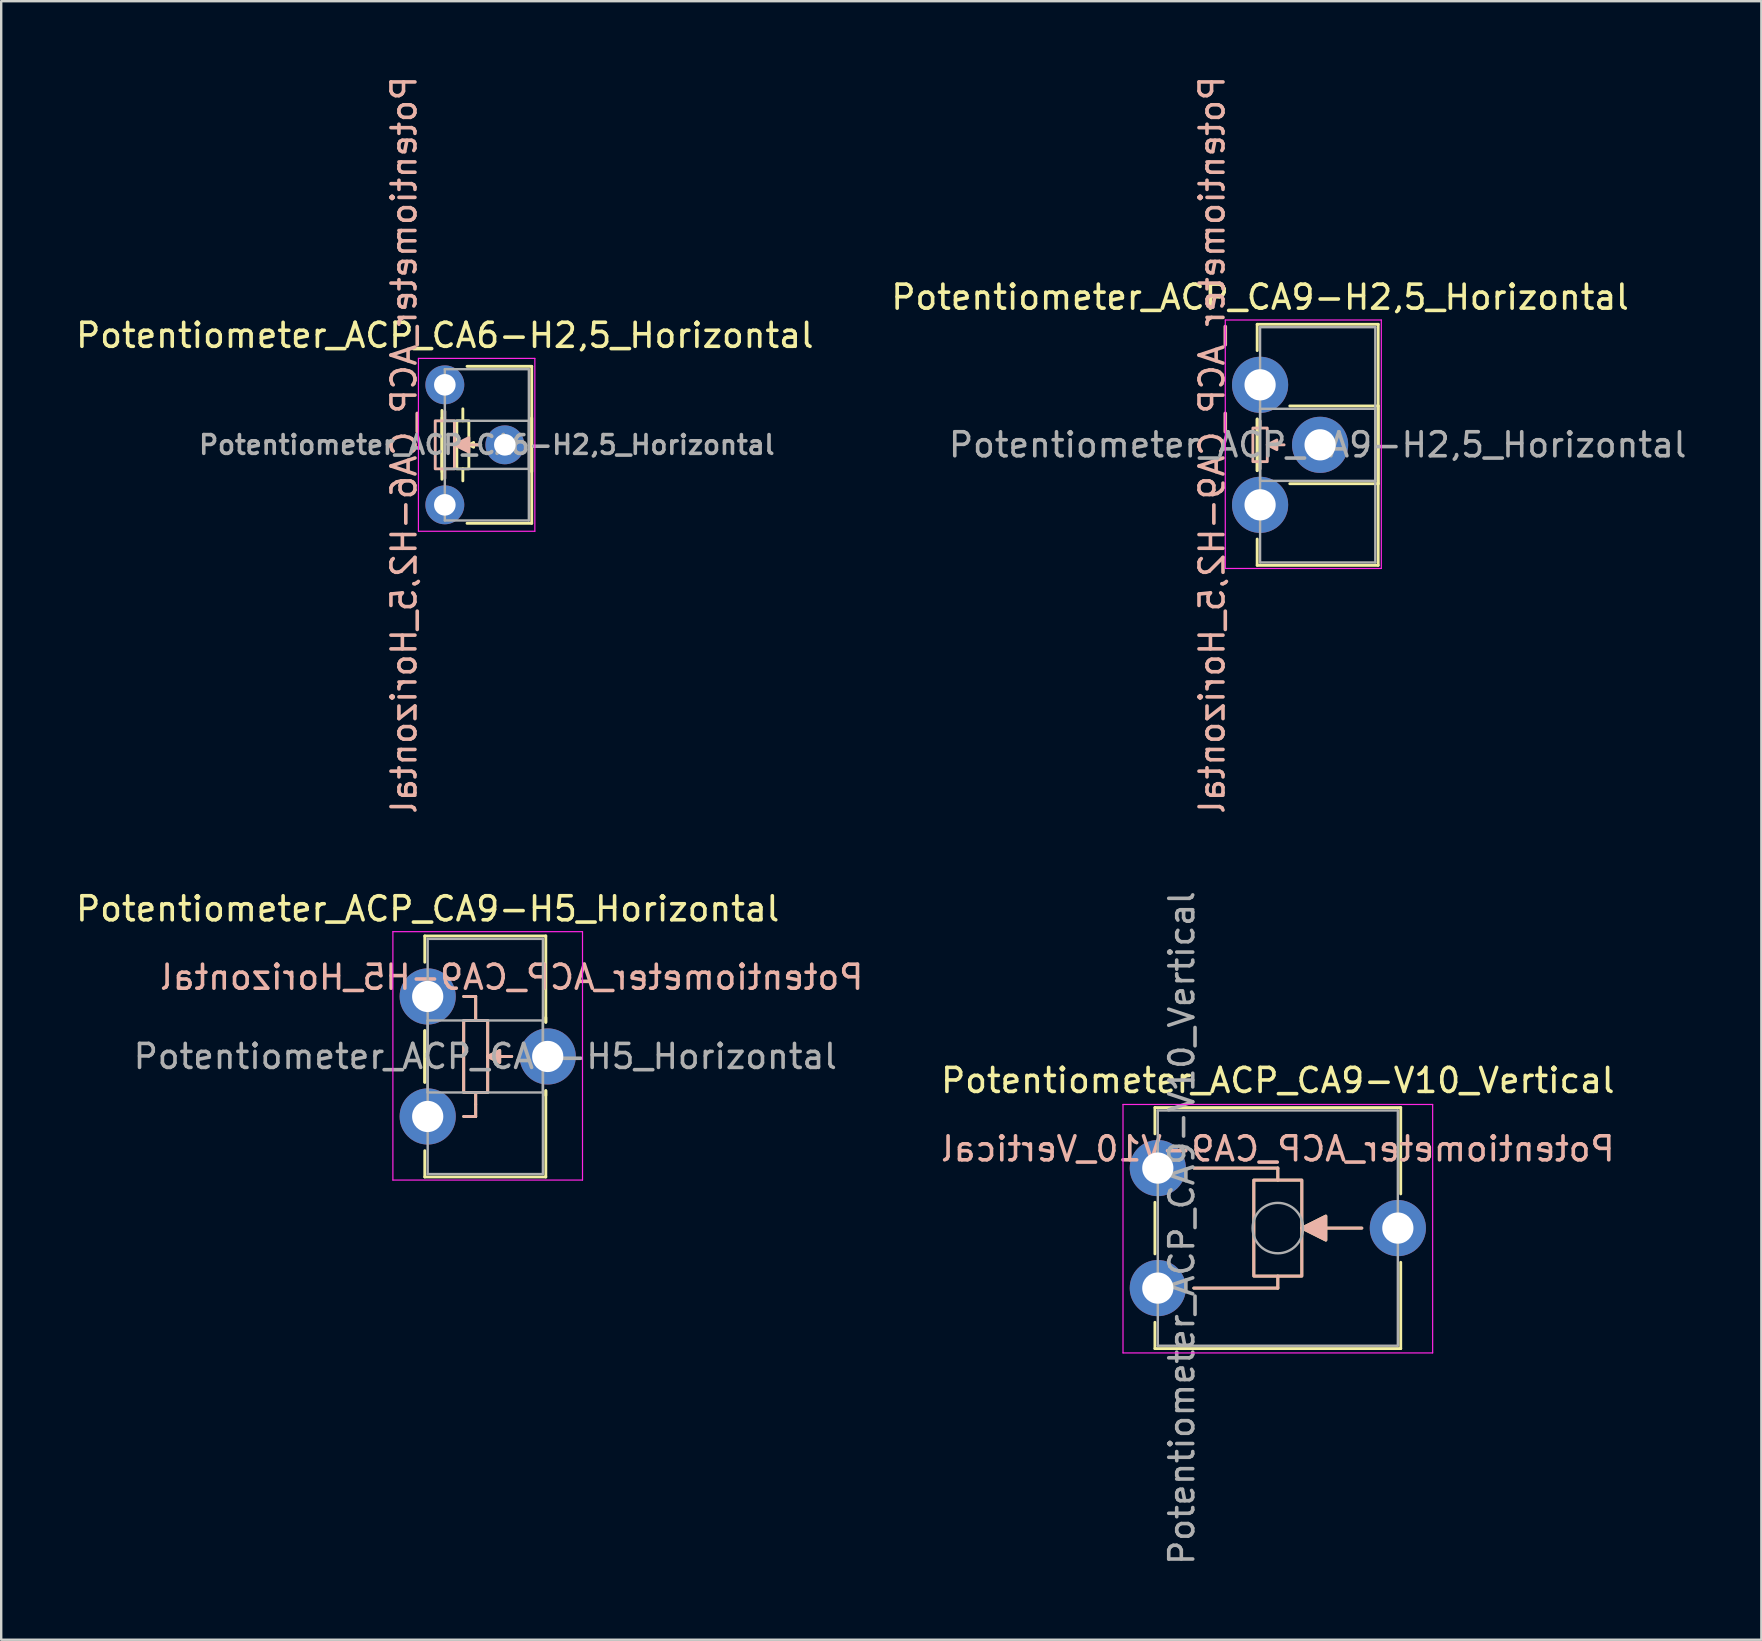
<source format=kicad_pcb>
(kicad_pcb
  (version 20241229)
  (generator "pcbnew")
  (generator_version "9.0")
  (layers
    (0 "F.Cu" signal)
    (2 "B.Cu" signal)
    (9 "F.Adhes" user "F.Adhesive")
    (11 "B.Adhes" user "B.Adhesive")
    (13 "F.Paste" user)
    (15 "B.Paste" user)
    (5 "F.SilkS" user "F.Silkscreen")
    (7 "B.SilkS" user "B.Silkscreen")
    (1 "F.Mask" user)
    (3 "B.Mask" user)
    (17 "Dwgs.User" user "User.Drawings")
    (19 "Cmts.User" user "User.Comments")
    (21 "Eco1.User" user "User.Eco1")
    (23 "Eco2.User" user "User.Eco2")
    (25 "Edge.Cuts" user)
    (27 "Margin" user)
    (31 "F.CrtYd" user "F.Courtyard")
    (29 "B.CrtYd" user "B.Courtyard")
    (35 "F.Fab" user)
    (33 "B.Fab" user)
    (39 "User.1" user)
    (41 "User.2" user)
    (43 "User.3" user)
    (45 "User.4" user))
  (footprint "Potentiometer_ACP_CA9-V10_Vertical"
    (layer "F.Cu")
    (at 45.185 50.613)
    (property "Reference" "Potentiometer_ACP_CA9-V10_Vertical" (at 5 -8.65 0) (layer "F.SilkS") (effects (font (size 1 1) (thickness 0.15))))
    (attr through_hole)
    (fp_line (start -0.12 -7.521) (end -0.12 -6.426) (stroke (width 0.12) (type solid)) (layer "F.SilkS"))
    (fp_line (start -0.12 -7.521) (end 10.12 -7.521) (stroke (width 0.12) (type solid)) (layer "F.SilkS"))
    (fp_line (start -0.12 -3.574) (end -0.12 -1.425) (stroke (width 0.12) (type solid)) (layer "F.SilkS"))
    (fp_line (start -0.12 1.425) (end -0.12 2.52) (stroke (width 0.12) (type solid)) (layer "F.SilkS"))
    (fp_line (start -0.12 2.52) (end 10.12 2.52) (stroke (width 0.12) (type solid)) (layer "F.SilkS"))
    (fp_line (start 1.5 -5) (end 5 -5) (stroke (width 0.12) (type solid)) (layer "F.SilkS"))
    (fp_line (start 5 -5) (end 5 -4.5) (stroke (width 0.12) (type solid)) (layer "F.SilkS"))
    (fp_line (start 5 -0.5) (end 5 0) (stroke (width 0.12) (type solid)) (layer "F.SilkS"))
    (fp_line (start 5 0) (end 1.5 0) (stroke (width 0.12) (type solid)) (layer "F.SilkS"))
    (fp_line (start 8.5 -2.5) (end 6 -2.5) (stroke (width 0.12) (type solid)) (layer "F.SilkS"))
    (fp_line (start 10.12 -7.521) (end 10.12 -3.925) (stroke (width 0.12) (type solid)) (layer "F.SilkS"))
    (fp_line (start 10.12 -1.075) (end 10.12 2.52) (stroke (width 0.12) (type solid)) (layer "F.SilkS"))
    (fp_rect (start 4 -4.5) (end 6 -0.5) (stroke (width 0.12) (type solid)) (fill no) (layer "F.SilkS"))
    (fp_poly (pts (xy 7 -2) (xy 6 -2.5) (xy 7 -3)) (stroke (width 0.12) (type solid)) (fill yes) (layer "F.SilkS"))
    (fp_line (start 1.5 -5) (end 5 -5) (stroke (width 0.12) (type solid)) (layer "B.SilkS"))
    (fp_line (start 1.5 0) (end 5 0) (stroke (width 0.12) (type solid)) (layer "B.SilkS"))
    (fp_line (start 5 -5) (end 5 -4.5) (stroke (width 0.12) (type solid)) (layer "B.SilkS"))
    (fp_line (start 5 0) (end 5 -0.5) (stroke (width 0.12) (type solid)) (layer "B.SilkS"))
    (fp_line (start 8.5 -2.5) (end 6 -2.5) (stroke (width 0.12) (type solid)) (layer "B.SilkS"))
    (fp_rect (start 4 -4.5) (end 6 -0.5) (stroke (width 0.12) (type solid)) (fill no) (layer "B.SilkS"))
    (fp_poly (pts (xy 7 -2) (xy 6 -2.5) (xy 7 -3)) (stroke (width 0.12) (type solid)) (fill yes) (layer "B.SilkS"))
    (fp_line (start -1.45 -7.65) (end -1.45 2.7) (stroke (width 0.05) (type solid)) (layer "F.CrtYd"))
    (fp_line (start -1.45 2.7) (end 11.45 2.7) (stroke (width 0.05) (type solid)) (layer "F.CrtYd"))
    (fp_line (start 11.45 -7.65) (end -1.45 -7.65) (stroke (width 0.05) (type solid)) (layer "F.CrtYd"))
    (fp_line (start 11.45 2.7) (end 11.45 -7.65) (stroke (width 0.05) (type solid)) (layer "F.CrtYd"))
    (fp_line (start 0 -7.4) (end 0 2.4) (stroke (width 0.1) (type solid)) (layer "F.Fab"))
    (fp_line (start 0 2.4) (end 10 2.4) (stroke (width 0.1) (type solid)) (layer "F.Fab"))
    (fp_line (start 10 -7.4) (end 0 -7.4) (stroke (width 0.1) (type solid)) (layer "F.Fab"))
    (fp_line (start 10 2.4) (end 10 -7.4) (stroke (width 0.1) (type solid)) (layer "F.Fab"))
    (fp_circle (center 5 -2.5) (end 6.05 -2.5) (stroke (width 0.1) (type solid)) (fill no) (layer "F.Fab"))
    (fp_text user "${REFERENCE}" (at 5 -5.8 0) (unlocked yes) (layer "B.SilkS") (effects (font (size 1 1) (thickness 0.15)) (justify mirror)))
    (fp_text user "${REFERENCE}" (at 1 -2.5 90) (layer "F.Fab") (effects (font (size 1 1) (thickness 0.15))))
    (pad "1" thru_hole circle (at 0 0) (size 2.34 2.34) (drill 1.3) (layers "*.Cu" "*.Mask"))
    (pad "2" thru_hole circle (at 10 -2.5) (size 2.34 2.34) (drill 1.3) (layers "*.Cu" "*.Mask"))
    (pad "3" thru_hole circle (at 0 -5) (size 2.34 2.34) (drill 1.3) (layers "*.Cu" "*.Mask")))
  (footprint "Potentiometer_ACP_CA9-H5_Horizontal"
    (layer "F.Cu")
    (at 14.768 38.463)
    (property "Reference" "Potentiometer_ACP_CA9-H5_Horizontal" (at 0 -3.65 0) (layer "F.SilkS") (effects (font (size 1 1) (thickness 0.15))))
    (attr through_hole)
    (fp_line (start -0.121 -2.521) (end -0.121 -1.426) (stroke (width 0.12) (type solid)) (layer "F.SilkS"))
    (fp_line (start -0.121 -2.521) (end 4.92 -2.521) (stroke (width 0.12) (type solid)) (layer "F.SilkS"))
    (fp_line (start -0.121 1.426) (end -0.121 3.575) (stroke (width 0.12) (type solid)) (layer "F.SilkS"))
    (fp_line (start -0.121 1.426) (end -0.121 3.575) (stroke (width 0.12) (type solid)) (layer "F.SilkS"))
    (fp_line (start -0.121 6.425) (end -0.121 7.52) (stroke (width 0.12) (type solid)) (layer "F.SilkS"))
    (fp_line (start -0.121 7.52) (end 4.92 7.52) (stroke (width 0.12) (type solid)) (layer "F.SilkS"))
    (fp_line (start 2 0) (end 1.5 0) (stroke (width 0.12) (type solid)) (layer "F.SilkS"))
    (fp_line (start 2 1) (end 2 0) (stroke (width 0.12) (type solid)) (layer "F.SilkS"))
    (fp_line (start 2 4) (end 2 4.5) (stroke (width 0.12) (type solid)) (layer "F.SilkS"))
    (fp_line (start 2 4.5) (end 2 5) (stroke (width 0.12) (type solid)) (layer "F.SilkS"))
    (fp_line (start 2 5) (end 1.5 5) (stroke (width 0.12) (type solid)) (layer "F.SilkS"))
    (fp_line (start 3.5 2.5) (end 2.5 2.5) (stroke (width 0.12) (type solid)) (layer "F.SilkS"))
    (fp_line (start 4.92 -2.521) (end 4.92 1.075) (stroke (width 0.12) (type solid)) (layer "F.SilkS"))
    (fp_line (start 4.92 0.88) (end 4.92 1.075) (stroke (width 0.12) (type solid)) (layer "F.SilkS"))
    (fp_line (start 4.92 3.925) (end 4.92 4.12) (stroke (width 0.12) (type solid)) (layer "F.SilkS"))
    (fp_line (start 4.92 3.925) (end 4.92 7.52) (stroke (width 0.12) (type solid)) (layer "F.SilkS"))
    (fp_rect (start 1.5 1) (end 2.5 4) (stroke (width 0.12) (type solid)) (fill no) (layer "F.SilkS"))
    (fp_poly (pts (xy 3 2.75) (xy 2.5 2.5) (xy 3 2.25)) (stroke (width 0.12) (type solid)) (fill yes) (layer "F.SilkS"))
    (fp_line (start 2 0) (end 1.5 0) (stroke (width 0.12) (type solid)) (layer "B.SilkS"))
    (fp_line (start 2 1) (end 2 0) (stroke (width 0.12) (type solid)) (layer "B.SilkS"))
    (fp_line (start 2 4) (end 2 5) (stroke (width 0.12) (type solid)) (layer "B.SilkS"))
    (fp_line (start 2 5) (end 1.5 5) (stroke (width 0.12) (type solid)) (layer "B.SilkS"))
    (fp_line (start 3.5 2.5) (end 3 2.5) (stroke (width 0.12) (type solid)) (layer "B.SilkS"))
    (fp_rect (start 1.5 1) (end 2.5 4) (stroke (width 0.12) (type solid)) (fill no) (layer "B.SilkS"))
    (fp_poly (pts (xy 3 2.75) (xy 2.5 2.5) (xy 3 2.25)) (stroke (width 0.12) (type solid)) (fill yes) (layer "B.SilkS"))
    (fp_line (start -1.45 -2.7) (end -1.45 7.65) (stroke (width 0.05) (type solid)) (layer "F.CrtYd"))
    (fp_line (start -1.45 7.65) (end 6.45 7.65) (stroke (width 0.05) (type solid)) (layer "F.CrtYd"))
    (fp_line (start 6.45 -2.7) (end -1.45 -2.7) (stroke (width 0.05) (type solid)) (layer "F.CrtYd"))
    (fp_line (start 6.45 7.65) (end 6.45 -2.7) (stroke (width 0.05) (type solid)) (layer "F.CrtYd"))
    (fp_line (start 0 -2.4) (end 4.8 -2.4) (stroke (width 0.1) (type solid)) (layer "F.Fab"))
    (fp_line (start 0 1) (end 0 4) (stroke (width 0.1) (type solid)) (layer "F.Fab"))
    (fp_line (start 0 4) (end 4.8 4) (stroke (width 0.1) (type solid)) (layer "F.Fab"))
    (fp_line (start 0 7.4) (end 0 -2.4) (stroke (width 0.1) (type solid)) (layer "F.Fab"))
    (fp_line (start 4.8 -2.4) (end 4.8 7.4) (stroke (width 0.1) (type solid)) (layer "F.Fab"))
    (fp_line (start 4.8 1) (end 0 1) (stroke (width 0.1) (type solid)) (layer "F.Fab"))
    (fp_line (start 4.8 4) (end 4.8 1) (stroke (width 0.1) (type solid)) (layer "F.Fab"))
    (fp_line (start 4.8 7.4) (end 0 7.4) (stroke (width 0.1) (type solid)) (layer "F.Fab"))
    (fp_text user "${REFERENCE}" (at 3.5 -0.8 0) (unlocked yes) (layer "B.SilkS") (effects (font (size 1 1) (thickness 0.15)) (justify mirror)))
    (fp_text user "${REFERENCE}" (at 2.4 2.5 0) (layer "F.Fab") (effects (font (size 1 1) (thickness 0.15))))
    (pad "1" thru_hole circle (at 0 0) (size 2.34 2.34) (drill 1.3) (layers "*.Cu" "*.Mask"))
    (pad "2" thru_hole circle (at 5 2.5) (size 2.34 2.34) (drill 1.3) (layers "*.Cu" "*.Mask"))
    (pad "3" thru_hole circle (at 0 5) (size 2.34 2.34) (drill 1.3) (layers "*.Cu" "*.Mask")))
  (footprint "Potentiometer_ACP_CA6-H2,5_Horizontal"
    (layer "F.Cu")
    (at 15.482 12.982)
    (property "Reference" "Potentiometer_ACP_CA6-H2,5_Horizontal" (at 0 -2.06 0) (layer "F.SilkS") (effects (font (size 1 1) (thickness 0.15))))
    (attr through_hole)
    (fp_line (start -0.121 1.066) (end -0.121 3.935) (stroke (width 0.12) (type solid)) (layer "F.SilkS"))
    (fp_line (start -0.121 1.38) (end -0.121 3.62) (stroke (width 0.12) (type solid)) (layer "F.SilkS"))
    (fp_line (start 0.75 1.5) (end 0.75 1) (stroke (width 0.12) (type solid)) (layer "F.SilkS"))
    (fp_line (start 0.75 3.5) (end 0.75 4) (stroke (width 0.12) (type solid)) (layer "F.SilkS"))
    (fp_line (start 0.925 -0.77) (end 3.62 -0.77) (stroke (width 0.12) (type solid)) (layer "F.SilkS"))
    (fp_line (start 0.925 5.77) (end 3.62 5.77) (stroke (width 0.12) (type solid)) (layer "F.SilkS"))
    (fp_line (start 1.5 2.5) (end 1 2.5) (stroke (width 0.12) (type solid)) (layer "F.SilkS"))
    (fp_line (start 3.62 -0.77) (end 3.62 5.77) (stroke (width 0.12) (type solid)) (layer "F.SilkS"))
    (fp_line (start 3.62 1.38) (end 3.62 3.62) (stroke (width 0.12) (type solid)) (layer "F.SilkS"))
    (fp_rect (start 0.5 1.5) (end 1 3.5) (stroke (width 0.12) (type solid)) (fill no) (layer "F.SilkS"))
    (fp_poly (pts (xy 1.2 2.6) (xy 1 2.5) (xy 1.2 2.4)) (stroke (width 0.12) (type solid)) (fill yes) (layer "F.SilkS"))
    (fp_line (start 0 1.1) (end 0 1.5) (stroke (width 0.12) (type solid)) (layer "B.SilkS"))
    (fp_line (start 0 3.5) (end 0 3.9) (stroke (width 0.12) (type solid)) (layer "B.SilkS"))
    (fp_line (start 1.4 2.5) (end 0.4 2.5) (stroke (width 0.12) (type solid)) (layer "B.SilkS"))
    (fp_rect (start -0.4 1.5) (end 0.4 3.5) (stroke (width 0.12) (type solid)) (fill no) (layer "B.SilkS"))
    (fp_poly (pts (xy 1 2.8) (xy 0.4 2.5) (xy 1 2.2)) (stroke (width 0.12) (type solid)) (fill yes) (layer "B.SilkS"))
    (fp_line (start -1.1 -1.1) (end -1.1 6.1) (stroke (width 0.05) (type solid)) (layer "F.CrtYd"))
    (fp_line (start -1.1 6.1) (end 3.75 6.1) (stroke (width 0.05) (type solid)) (layer "F.CrtYd"))
    (fp_line (start 3.75 -1.1) (end -1.1 -1.1) (stroke (width 0.05) (type solid)) (layer "F.CrtYd"))
    (fp_line (start 3.75 6.1) (end 3.75 -1.1) (stroke (width 0.05) (type solid)) (layer "F.CrtYd"))
    (fp_line (start 0 -0.65) (end 3.5 -0.65) (stroke (width 0.1) (type solid)) (layer "F.Fab"))
    (fp_line (start 0 1.5) (end 0 3.5) (stroke (width 0.1) (type solid)) (layer "F.Fab"))
    (fp_line (start 0 3.5) (end 3.5 3.5) (stroke (width 0.1) (type solid)) (layer "F.Fab"))
    (fp_line (start 0 5.65) (end 0 -0.65) (stroke (width 0.1) (type solid)) (layer "F.Fab"))
    (fp_line (start 3.5 -0.65) (end 3.5 5.65) (stroke (width 0.1) (type solid)) (layer "F.Fab"))
    (fp_line (start 3.5 1.5) (end 0 1.5) (stroke (width 0.1) (type solid)) (layer "F.Fab"))
    (fp_line (start 3.5 3.5) (end 3.5 1.5) (stroke (width 0.1) (type solid)) (layer "F.Fab"))
    (fp_line (start 3.5 5.65) (end 0 5.65) (stroke (width 0.1) (type solid)) (layer "F.Fab"))
    (fp_text user "${REFERENCE}" (at -1.7 2.5 90) (unlocked yes) (layer "B.SilkS") (effects (font (size 1 1) (thickness 0.15)) (justify mirror)))
    (fp_text user "${REFERENCE}" (at 1.75 2.5 0) (layer "F.Fab") (effects (font (size 0.78 0.78) (thickness 0.15))))
    (pad "1" thru_hole circle (at 0 0) (size 1.62 1.62) (drill 0.9) (layers "*.Cu" "*.Mask"))
    (pad "2" thru_hole circle (at 2.5 2.5) (size 1.62 1.62) (drill 0.9) (layers "*.Cu" "*.Mask"))
    (pad "3" thru_hole circle (at 0 5) (size 1.62 1.62) (drill 0.9) (layers "*.Cu" "*.Mask")))
  (footprint "Potentiometer_ACP_CA9-H2,5_Horizontal"
    (layer "F.Cu")
    (at 49.446 12.982)
    (property "Reference" "Potentiometer_ACP_CA9-H2,5_Horizontal" (at 0 -3.65 0) (layer "F.SilkS") (effects (font (size 1 1) (thickness 0.15))))
    (attr through_hole)
    (fp_line (start -0.121 -2.521) (end -0.121 -1.426) (stroke (width 0.12) (type solid)) (layer "F.SilkS"))
    (fp_line (start -0.121 -2.521) (end 4.92 -2.521) (stroke (width 0.12) (type solid)) (layer "F.SilkS"))
    (fp_line (start -0.121 1.426) (end -0.121 3.575) (stroke (width 0.12) (type solid)) (layer "F.SilkS"))
    (fp_line (start -0.121 1.426) (end -0.121 3.575) (stroke (width 0.12) (type solid)) (layer "F.SilkS"))
    (fp_line (start -0.121 6.425) (end -0.121 7.52) (stroke (width 0.12) (type solid)) (layer "F.SilkS"))
    (fp_line (start -0.121 7.52) (end 4.92 7.52) (stroke (width 0.12) (type solid)) (layer "F.SilkS"))
    (fp_line (start 1.237 0.88) (end 4.92 0.88) (stroke (width 0.12) (type solid)) (layer "F.SilkS"))
    (fp_line (start 1.237 4.12) (end 4.92 4.12) (stroke (width 0.12) (type solid)) (layer "F.SilkS"))
    (fp_line (start 4.92 -2.521) (end 4.92 7.52) (stroke (width 0.12) (type solid)) (layer "F.SilkS"))
    (fp_line (start 4.92 0.88) (end 4.92 4.12) (stroke (width 0.12) (type solid)) (layer "F.SilkS"))
    (fp_line (start 0 1.8) (end 0 1.5) (stroke (width 0.12) (type solid)) (layer "B.SilkS"))
    (fp_line (start 0 3.2) (end 0 3.5) (stroke (width 0.12) (type solid)) (layer "B.SilkS"))
    (fp_line (start 0.3 2.5) (end 1 2.5) (stroke (width 0.12) (type solid)) (layer "B.SilkS"))
    (fp_rect (start -0.3 1.8) (end 0.3 3.2) (stroke (width 0.12) (type solid)) (fill no) (layer "B.SilkS"))
    (fp_poly (pts (xy 0.7 2.7) (xy 0.3 2.5) (xy 0.7 2.3)) (stroke (width 0.12) (type solid)) (fill yes) (layer "B.SilkS"))
    (fp_line (start -1.45 -2.7) (end -1.45 7.65) (stroke (width 0.05) (type solid)) (layer "F.CrtYd"))
    (fp_line (start -1.45 7.65) (end 5.05 7.65) (stroke (width 0.05) (type solid)) (layer "F.CrtYd"))
    (fp_line (start 5.05 -2.7) (end -1.45 -2.7) (stroke (width 0.05) (type solid)) (layer "F.CrtYd"))
    (fp_line (start 5.05 7.65) (end 5.05 -2.7) (stroke (width 0.05) (type solid)) (layer "F.CrtYd"))
    (fp_line (start 0 -2.4) (end 4.8 -2.4) (stroke (width 0.1) (type solid)) (layer "F.Fab"))
    (fp_line (start 0 1) (end 0 4) (stroke (width 0.1) (type solid)) (layer "F.Fab"))
    (fp_line (start 0 4) (end 4.8 4) (stroke (width 0.1) (type solid)) (layer "F.Fab"))
    (fp_line (start 0 7.4) (end 0 -2.4) (stroke (width 0.1) (type solid)) (layer "F.Fab"))
    (fp_line (start 4.8 -2.4) (end 4.8 7.4) (stroke (width 0.1) (type solid)) (layer "F.Fab"))
    (fp_line (start 4.8 1) (end 0 1) (stroke (width 0.1) (type solid)) (layer "F.Fab"))
    (fp_line (start 4.8 4) (end 4.8 1) (stroke (width 0.1) (type solid)) (layer "F.Fab"))
    (fp_line (start 4.8 7.4) (end 0 7.4) (stroke (width 0.1) (type solid)) (layer "F.Fab"))
    (fp_text user "${REFERENCE}" (at -2 2.5 90) (unlocked yes) (layer "B.SilkS") (effects (font (size 1 1) (thickness 0.15)) (justify mirror)))
    (fp_text user "${REFERENCE}" (at 2.4 2.5 0) (layer "F.Fab") (effects (font (size 1 1) (thickness 0.15))))
    (pad "1" thru_hole circle (at 0 0) (size 2.34 2.34) (drill 1.3) (layers "*.Cu" "*.Mask"))
    (pad "2" thru_hole circle (at 2.5 2.5) (size 2.34 2.34) (drill 1.3) (layers "*.Cu" "*.Mask"))
    (pad "3" thru_hole circle (at 0 5) (size 2.34 2.34) (drill 1.3) (layers "*.Cu" "*.Mask")))
  (gr_rect
    (start -3 -3)
    (end 70.329 65.262)
    (stroke (width 0.1) (type default))
    (fill no)
    (layer "Edge.Cuts")))
</source>
